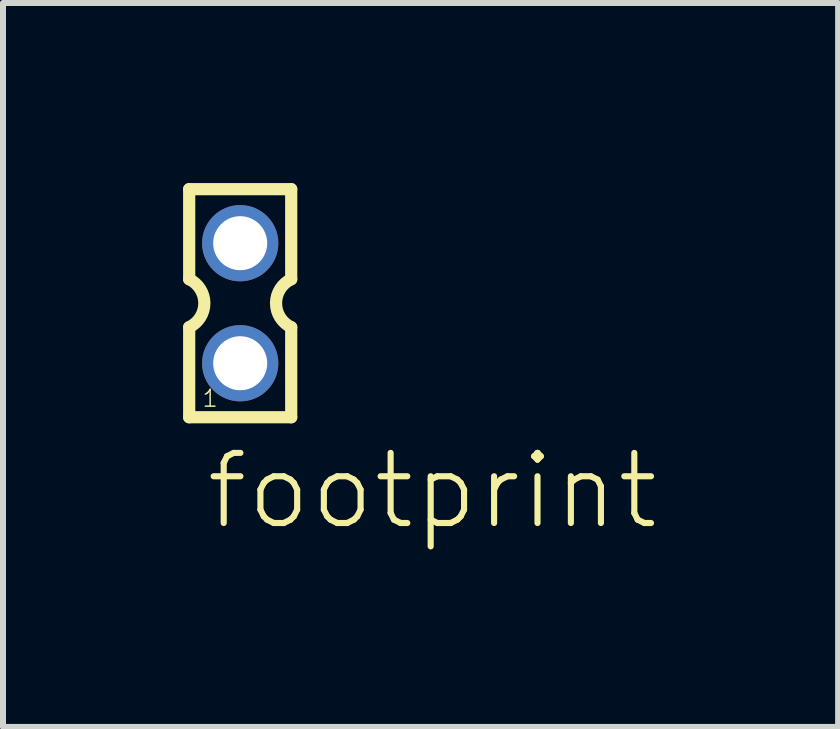
<source format=kicad_pcb>
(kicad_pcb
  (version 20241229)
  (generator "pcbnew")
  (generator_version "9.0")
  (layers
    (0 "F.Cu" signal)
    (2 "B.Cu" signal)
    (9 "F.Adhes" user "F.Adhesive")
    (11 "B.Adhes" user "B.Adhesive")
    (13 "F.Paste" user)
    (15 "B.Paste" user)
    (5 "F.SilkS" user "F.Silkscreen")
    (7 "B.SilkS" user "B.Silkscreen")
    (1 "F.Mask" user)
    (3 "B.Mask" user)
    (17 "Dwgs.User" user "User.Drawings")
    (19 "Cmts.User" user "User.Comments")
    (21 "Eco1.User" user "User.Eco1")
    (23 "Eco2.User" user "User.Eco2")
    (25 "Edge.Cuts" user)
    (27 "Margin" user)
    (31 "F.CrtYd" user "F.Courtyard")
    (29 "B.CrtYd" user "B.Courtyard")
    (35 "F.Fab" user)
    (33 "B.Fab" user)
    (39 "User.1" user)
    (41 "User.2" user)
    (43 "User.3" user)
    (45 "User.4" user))
  (footprint "footprint"
    (layer "F.Cu")
    (at 0.952 2.002)
    (property "Reference" "footprint" (at -0.62 3.81 0) (layer "F.SilkS") (effects (font (size 1.168 1.168) (thickness 0.102)) (justify left bottom)))
    (fp_line (start -0.85 -1.9) (end -0.85 -0.4) (stroke (width 0.203) (type solid)) (layer "F.SilkS"))
    (fp_line (start -0.85 0.4) (end -0.85 1.9) (stroke (width 0.203) (type solid)) (layer "F.SilkS"))
    (fp_line (start -0.85 1.9) (end 0.85 1.9) (stroke (width 0.203) (type solid)) (layer "F.SilkS"))
    (fp_line (start 0.85 -1.9) (end -0.85 -1.9) (stroke (width 0.203) (type solid)) (layer "F.SilkS"))
    (fp_line (start 0.85 -0.4) (end 0.85 -1.9) (stroke (width 0.203) (type solid)) (layer "F.SilkS"))
    (fp_line (start 0.85 1.9) (end 0.85 0.4) (stroke (width 0.203) (type solid)) (layer "F.SilkS"))
    (fp_arc (start -0.85 -0.4) (mid -0.597167 0) (end -0.85 0.4) (stroke (width 0.2032) (type solid)) (layer "F.SilkS"))
    (fp_arc (start 0.85 0.4) (mid 0.597167 0) (end 0.85 -0.4) (stroke (width 0.2032) (type solid)) (layer "F.SilkS"))
    (fp_poly (pts (xy -0.25 -0.75) (xy 0.25 -0.75) (xy 0.25 -1.25) (xy -0.25 -1.25)) (stroke (width 0.1) (type solid)) (fill no) (layer "F.Fab"))
    (fp_poly (pts (xy -0.25 1.25) (xy 0.25 1.25) (xy 0.25 0.75) (xy -0.25 0.75)) (stroke (width 0.1) (type solid)) (fill no) (layer "F.Fab"))
    (fp_text user "1" (at -0.65 1.75 0) (layer "F.SilkS") (effects (font (size 0.28 0.28) (thickness 0.024)) (justify left bottom)))
    (pad "1" thru_hole circle (at 0 1) (size 1.27 1.27) (drill 0.9) (layers "*.Cu" "*.Mask"))
    (pad "2" thru_hole circle (at 0 -1) (size 1.27 1.27) (drill 0.9) (layers "*.Cu" "*.Mask")))
  (gr_rect
    (start -3 -3)
    (end 10.914 9.062)
    (stroke (width 0.1) (type default))
    (fill no)
    (layer "Edge.Cuts")))
</source>
